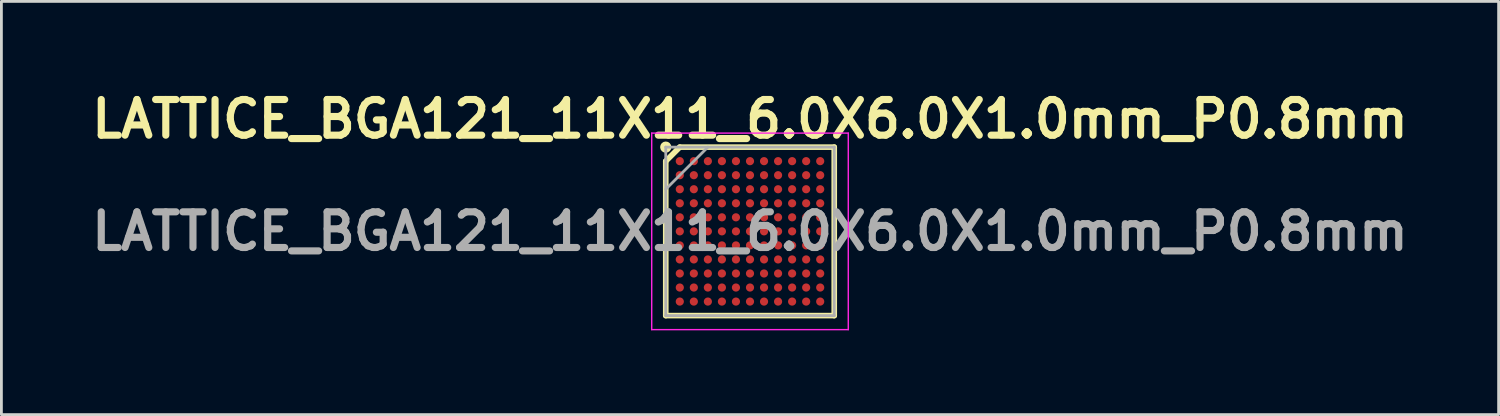
<source format=kicad_pcb>
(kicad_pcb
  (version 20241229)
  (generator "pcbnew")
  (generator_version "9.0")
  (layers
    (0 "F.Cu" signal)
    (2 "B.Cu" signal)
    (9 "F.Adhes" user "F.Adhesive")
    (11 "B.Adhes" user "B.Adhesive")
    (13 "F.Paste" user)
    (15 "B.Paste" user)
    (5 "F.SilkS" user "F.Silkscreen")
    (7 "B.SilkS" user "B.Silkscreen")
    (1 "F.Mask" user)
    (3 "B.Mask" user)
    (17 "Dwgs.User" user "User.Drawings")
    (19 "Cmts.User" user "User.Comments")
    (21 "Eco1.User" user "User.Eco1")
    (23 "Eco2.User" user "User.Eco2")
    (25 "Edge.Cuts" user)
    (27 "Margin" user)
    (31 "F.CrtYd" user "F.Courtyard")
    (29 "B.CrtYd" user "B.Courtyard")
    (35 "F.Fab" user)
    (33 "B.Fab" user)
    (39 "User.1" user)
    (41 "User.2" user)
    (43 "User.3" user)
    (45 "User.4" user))
  (footprint "LATTICE_BGA121_11X11_6.0X6.0X1.0mm_P0.8mm"
    (layer "F.Cu")
    (at 23.658 5.189)
    (property "Reference" "LATTICE_BGA121_11X11_6.0X6.0X1.0mm_P0.8mm" (at 0 -4 0) (layer "F.SilkS") (effects (font (size 1.27 1.27) (thickness 0.254))))
    (attr smd)
    (fp_line (start -3 -2.5) (end -2.5 -3) (stroke (width 0.2) (type solid)) (layer "F.SilkS"))
    (fp_line (start -3 3) (end -3 -2.5) (stroke (width 0.2) (type solid)) (layer "F.SilkS"))
    (fp_line (start -2.5 -3) (end 3 -3) (stroke (width 0.2) (type solid)) (layer "F.SilkS"))
    (fp_line (start 3 -3) (end 3 3) (stroke (width 0.2) (type solid)) (layer "F.SilkS"))
    (fp_line (start 3 3) (end -3 3) (stroke (width 0.2) (type solid)) (layer "F.SilkS"))
    (fp_circle (center -3 -3) (end -3 -2.9) (stroke (width 0.2) (type solid)) (fill no) (layer "F.SilkS"))
    (fp_line (start -3.5 -3.5) (end 3.5 -3.5) (stroke (width 0.05) (type solid)) (layer "F.CrtYd"))
    (fp_line (start -3.5 3.5) (end -3.5 -3.5) (stroke (width 0.05) (type solid)) (layer "F.CrtYd"))
    (fp_line (start 3.5 -3.5) (end 3.5 3.5) (stroke (width 0.05) (type solid)) (layer "F.CrtYd"))
    (fp_line (start 3.5 3.5) (end -3.5 3.5) (stroke (width 0.05) (type solid)) (layer "F.CrtYd"))
    (fp_line (start -3 -3) (end 3 -3) (stroke (width 0.1) (type solid)) (layer "F.Fab"))
    (fp_line (start -3 -1.5) (end -1.5 -3) (stroke (width 0.1) (type solid)) (layer "F.Fab"))
    (fp_line (start -3 3) (end -3 -3) (stroke (width 0.1) (type solid)) (layer "F.Fab"))
    (fp_line (start 3 -3) (end 3 3) (stroke (width 0.1) (type solid)) (layer "F.Fab"))
    (fp_line (start 3 3) (end -3 3) (stroke (width 0.1) (type solid)) (layer "F.Fab"))
    (fp_text user "${REFERENCE}" (at 0 0 0) (layer "F.Fab") (effects (font (size 1.27 1.27) (thickness 0.254))))
    (pad "A1" smd circle (at -2.5 -2.5 90) (size 0.29 0.29) (layers "F.Cu" "F.Mask" "F.Paste"))
    (pad "A2" smd circle (at -2 -2.5 90) (size 0.29 0.29) (layers "F.Cu" "F.Mask" "F.Paste"))
    (pad "A3" smd circle (at -1.5 -2.5 90) (size 0.29 0.29) (layers "F.Cu" "F.Mask" "F.Paste"))
    (pad "A4" smd circle (at -1 -2.5 90) (size 0.29 0.29) (layers "F.Cu" "F.Mask" "F.Paste"))
    (pad "A5" smd circle (at -0.5 -2.5 90) (size 0.29 0.29) (layers "F.Cu" "F.Mask" "F.Paste"))
    (pad "A6" smd circle (at 0 -2.5 90) (size 0.29 0.29) (layers "F.Cu" "F.Mask" "F.Paste"))
    (pad "A7" smd circle (at 0.5 -2.5 90) (size 0.29 0.29) (layers "F.Cu" "F.Mask" "F.Paste"))
    (pad "A8" smd circle (at 1 -2.5 90) (size 0.29 0.29) (layers "F.Cu" "F.Mask" "F.Paste"))
    (pad "A9" smd circle (at 1.5 -2.5 90) (size 0.29 0.29) (layers "F.Cu" "F.Mask" "F.Paste"))
    (pad "A10" smd circle (at 2 -2.5 90) (size 0.29 0.29) (layers "F.Cu" "F.Mask" "F.Paste"))
    (pad "A11" smd circle (at 2.5 -2.5 90) (size 0.29 0.29) (layers "F.Cu" "F.Mask" "F.Paste"))
    (pad "B1" smd circle (at -2.5 -2 90) (size 0.29 0.29) (layers "F.Cu" "F.Mask" "F.Paste"))
    (pad "B2" smd circle (at -2 -2 90) (size 0.29 0.29) (layers "F.Cu" "F.Mask" "F.Paste"))
    (pad "B3" smd circle (at -1.5 -2 90) (size 0.29 0.29) (layers "F.Cu" "F.Mask" "F.Paste"))
    (pad "B4" smd circle (at -1 -2 90) (size 0.29 0.29) (layers "F.Cu" "F.Mask" "F.Paste"))
    (pad "B5" smd circle (at -0.5 -2 90) (size 0.29 0.29) (layers "F.Cu" "F.Mask" "F.Paste"))
    (pad "B6" smd circle (at 0 -2 90) (size 0.29 0.29) (layers "F.Cu" "F.Mask" "F.Paste"))
    (pad "B7" smd circle (at 0.5 -2 90) (size 0.29 0.29) (layers "F.Cu" "F.Mask" "F.Paste"))
    (pad "B8" smd circle (at 1 -2 90) (size 0.29 0.29) (layers "F.Cu" "F.Mask" "F.Paste"))
    (pad "B9" smd circle (at 1.5 -2 90) (size 0.29 0.29) (layers "F.Cu" "F.Mask" "F.Paste"))
    (pad "B10" smd circle (at 2 -2 90) (size 0.29 0.29) (layers "F.Cu" "F.Mask" "F.Paste"))
    (pad "B11" smd circle (at 2.5 -2 90) (size 0.29 0.29) (layers "F.Cu" "F.Mask" "F.Paste"))
    (pad "C1" smd circle (at -2.5 -1.5 90) (size 0.29 0.29) (layers "F.Cu" "F.Mask" "F.Paste"))
    (pad "C2" smd circle (at -2 -1.5 90) (size 0.29 0.29) (layers "F.Cu" "F.Mask" "F.Paste"))
    (pad "C3" smd circle (at -1.5 -1.5 90) (size 0.29 0.29) (layers "F.Cu" "F.Mask" "F.Paste"))
    (pad "C4" smd circle (at -1 -1.5 90) (size 0.29 0.29) (layers "F.Cu" "F.Mask" "F.Paste"))
    (pad "C5" smd circle (at -0.5 -1.5 90) (size 0.29 0.29) (layers "F.Cu" "F.Mask" "F.Paste"))
    (pad "C6" smd circle (at 0 -1.5 90) (size 0.29 0.29) (layers "F.Cu" "F.Mask" "F.Paste"))
    (pad "C7" smd circle (at 0.5 -1.5 90) (size 0.29 0.29) (layers "F.Cu" "F.Mask" "F.Paste"))
    (pad "C8" smd circle (at 1 -1.5 90) (size 0.29 0.29) (layers "F.Cu" "F.Mask" "F.Paste"))
    (pad "C9" smd circle (at 1.5 -1.5 90) (size 0.29 0.29) (layers "F.Cu" "F.Mask" "F.Paste"))
    (pad "C10" smd circle (at 2 -1.5 90) (size 0.29 0.29) (layers "F.Cu" "F.Mask" "F.Paste"))
    (pad "C11" smd circle (at 2.5 -1.5 90) (size 0.29 0.29) (layers "F.Cu" "F.Mask" "F.Paste"))
    (pad "D1" smd circle (at -2.5 -1 90) (size 0.29 0.29) (layers "F.Cu" "F.Mask" "F.Paste"))
    (pad "D2" smd circle (at -2 -1 90) (size 0.29 0.29) (layers "F.Cu" "F.Mask" "F.Paste"))
    (pad "D3" smd circle (at -1.5 -1 90) (size 0.29 0.29) (layers "F.Cu" "F.Mask" "F.Paste"))
    (pad "D4" smd circle (at -1 -1 90) (size 0.29 0.29) (layers "F.Cu" "F.Mask" "F.Paste"))
    (pad "D5" smd circle (at -0.5 -1 90) (size 0.29 0.29) (layers "F.Cu" "F.Mask" "F.Paste"))
    (pad "D6" smd circle (at 0 -1 90) (size 0.29 0.29) (layers "F.Cu" "F.Mask" "F.Paste"))
    (pad "D7" smd circle (at 0.5 -1 90) (size 0.29 0.29) (layers "F.Cu" "F.Mask" "F.Paste"))
    (pad "D8" smd circle (at 1 -1 90) (size 0.29 0.29) (layers "F.Cu" "F.Mask" "F.Paste"))
    (pad "D9" smd circle (at 1.5 -1 90) (size 0.29 0.29) (layers "F.Cu" "F.Mask" "F.Paste"))
    (pad "D10" smd circle (at 2 -1 90) (size 0.29 0.29) (layers "F.Cu" "F.Mask" "F.Paste"))
    (pad "D11" smd circle (at 2.5 -1 90) (size 0.29 0.29) (layers "F.Cu" "F.Mask" "F.Paste"))
    (pad "E1" smd circle (at -2.5 -0.5 90) (size 0.29 0.29) (layers "F.Cu" "F.Mask" "F.Paste"))
    (pad "E2" smd circle (at -2 -0.5 90) (size 0.29 0.29) (layers "F.Cu" "F.Mask" "F.Paste"))
    (pad "E3" smd circle (at -1.5 -0.5 90) (size 0.29 0.29) (layers "F.Cu" "F.Mask" "F.Paste"))
    (pad "E4" smd circle (at -1 -0.5 90) (size 0.29 0.29) (layers "F.Cu" "F.Mask" "F.Paste"))
    (pad "E5" smd circle (at -0.5 -0.5 90) (size 0.29 0.29) (layers "F.Cu" "F.Mask" "F.Paste"))
    (pad "E6" smd circle (at 0 -0.5 90) (size 0.29 0.29) (layers "F.Cu" "F.Mask" "F.Paste"))
    (pad "E7" smd circle (at 0.5 -0.5 90) (size 0.29 0.29) (layers "F.Cu" "F.Mask" "F.Paste"))
    (pad "E8" smd circle (at 1 -0.5 90) (size 0.29 0.29) (layers "F.Cu" "F.Mask" "F.Paste"))
    (pad "E9" smd circle (at 1.5 -0.5 90) (size 0.29 0.29) (layers "F.Cu" "F.Mask" "F.Paste"))
    (pad "E10" smd circle (at 2 -0.5 90) (size 0.29 0.29) (layers "F.Cu" "F.Mask" "F.Paste"))
    (pad "E11" smd circle (at 2.5 -0.5 90) (size 0.29 0.29) (layers "F.Cu" "F.Mask" "F.Paste"))
    (pad "F1" smd circle (at -2.5 0 90) (size 0.29 0.29) (layers "F.Cu" "F.Mask" "F.Paste"))
    (pad "F2" smd circle (at -2 0 90) (size 0.29 0.29) (layers "F.Cu" "F.Mask" "F.Paste"))
    (pad "F3" smd circle (at -1.5 0 90) (size 0.29 0.29) (layers "F.Cu" "F.Mask" "F.Paste"))
    (pad "F4" smd circle (at -1 0 90) (size 0.29 0.29) (layers "F.Cu" "F.Mask" "F.Paste"))
    (pad "F5" smd circle (at -0.5 0 90) (size 0.29 0.29) (layers "F.Cu" "F.Mask" "F.Paste"))
    (pad "F6" smd circle (at 0 0 90) (size 0.29 0.29) (layers "F.Cu" "F.Mask" "F.Paste"))
    (pad "F7" smd circle (at 0.5 0 90) (size 0.29 0.29) (layers "F.Cu" "F.Mask" "F.Paste"))
    (pad "F8" smd circle (at 1 0 90) (size 0.29 0.29) (layers "F.Cu" "F.Mask" "F.Paste"))
    (pad "F9" smd circle (at 1.5 0 90) (size 0.29 0.29) (layers "F.Cu" "F.Mask" "F.Paste"))
    (pad "F10" smd circle (at 2 0 90) (size 0.29 0.29) (layers "F.Cu" "F.Mask" "F.Paste"))
    (pad "F11" smd circle (at 2.5 0 90) (size 0.29 0.29) (layers "F.Cu" "F.Mask" "F.Paste"))
    (pad "G1" smd circle (at -2.5 0.5 90) (size 0.29 0.29) (layers "F.Cu" "F.Mask" "F.Paste"))
    (pad "G2" smd circle (at -2 0.5 90) (size 0.29 0.29) (layers "F.Cu" "F.Mask" "F.Paste"))
    (pad "G3" smd circle (at -1.5 0.5 90) (size 0.29 0.29) (layers "F.Cu" "F.Mask" "F.Paste"))
    (pad "G4" smd circle (at -1 0.5 90) (size 0.29 0.29) (layers "F.Cu" "F.Mask" "F.Paste"))
    (pad "G5" smd circle (at -0.5 0.5 90) (size 0.29 0.29) (layers "F.Cu" "F.Mask" "F.Paste"))
    (pad "G6" smd circle (at 0 0.5 90) (size 0.29 0.29) (layers "F.Cu" "F.Mask" "F.Paste"))
    (pad "G7" smd circle (at 0.5 0.5 90) (size 0.29 0.29) (layers "F.Cu" "F.Mask" "F.Paste"))
    (pad "G8" smd circle (at 1 0.5 90) (size 0.29 0.29) (layers "F.Cu" "F.Mask" "F.Paste"))
    (pad "G9" smd circle (at 1.5 0.5 90) (size 0.29 0.29) (layers "F.Cu" "F.Mask" "F.Paste"))
    (pad "G10" smd circle (at 2 0.5 90) (size 0.29 0.29) (layers "F.Cu" "F.Mask" "F.Paste"))
    (pad "G11" smd circle (at 2.5 0.5 90) (size 0.29 0.29) (layers "F.Cu" "F.Mask" "F.Paste"))
    (pad "H1" smd circle (at -2.5 1 90) (size 0.29 0.29) (layers "F.Cu" "F.Mask" "F.Paste"))
    (pad "H2" smd circle (at -2 1 90) (size 0.29 0.29) (layers "F.Cu" "F.Mask" "F.Paste"))
    (pad "H3" smd circle (at -1.5 1 90) (size 0.29 0.29) (layers "F.Cu" "F.Mask" "F.Paste"))
    (pad "H4" smd circle (at -1 1 90) (size 0.29 0.29) (layers "F.Cu" "F.Mask" "F.Paste"))
    (pad "H5" smd circle (at -0.5 1 90) (size 0.29 0.29) (layers "F.Cu" "F.Mask" "F.Paste"))
    (pad "H6" smd circle (at 0 1 90) (size 0.29 0.29) (layers "F.Cu" "F.Mask" "F.Paste"))
    (pad "H7" smd circle (at 0.5 1 90) (size 0.29 0.29) (layers "F.Cu" "F.Mask" "F.Paste"))
    (pad "H8" smd circle (at 1 1 90) (size 0.29 0.29) (layers "F.Cu" "F.Mask" "F.Paste"))
    (pad "H9" smd circle (at 1.5 1 90) (size 0.29 0.29) (layers "F.Cu" "F.Mask" "F.Paste"))
    (pad "H10" smd circle (at 2 1 90) (size 0.29 0.29) (layers "F.Cu" "F.Mask" "F.Paste"))
    (pad "H11" smd circle (at 2.5 1 90) (size 0.29 0.29) (layers "F.Cu" "F.Mask" "F.Paste"))
    (pad "J1" smd circle (at -2.5 1.5 90) (size 0.29 0.29) (layers "F.Cu" "F.Mask" "F.Paste"))
    (pad "J2" smd circle (at -2 1.5 90) (size 0.29 0.29) (layers "F.Cu" "F.Mask" "F.Paste"))
    (pad "J3" smd circle (at -1.5 1.5 90) (size 0.29 0.29) (layers "F.Cu" "F.Mask" "F.Paste"))
    (pad "J4" smd circle (at -1 1.5 90) (size 0.29 0.29) (layers "F.Cu" "F.Mask" "F.Paste"))
    (pad "J5" smd circle (at -0.5 1.5 90) (size 0.29 0.29) (layers "F.Cu" "F.Mask" "F.Paste"))
    (pad "J6" smd circle (at 0 1.5 90) (size 0.29 0.29) (layers "F.Cu" "F.Mask" "F.Paste"))
    (pad "J7" smd circle (at 0.5 1.5 90) (size 0.29 0.29) (layers "F.Cu" "F.Mask" "F.Paste"))
    (pad "J8" smd circle (at 1 1.5 90) (size 0.29 0.29) (layers "F.Cu" "F.Mask" "F.Paste"))
    (pad "J9" smd circle (at 1.5 1.5 90) (size 0.29 0.29) (layers "F.Cu" "F.Mask" "F.Paste"))
    (pad "J10" smd circle (at 2 1.5 90) (size 0.29 0.29) (layers "F.Cu" "F.Mask" "F.Paste"))
    (pad "J11" smd circle (at 2.5 1.5 90) (size 0.29 0.29) (layers "F.Cu" "F.Mask" "F.Paste"))
    (pad "K1" smd circle (at -2.5 2 90) (size 0.29 0.29) (layers "F.Cu" "F.Mask" "F.Paste"))
    (pad "K2" smd circle (at -2 2 90) (size 0.29 0.29) (layers "F.Cu" "F.Mask" "F.Paste"))
    (pad "K3" smd circle (at -1.5 2 90) (size 0.29 0.29) (layers "F.Cu" "F.Mask" "F.Paste"))
    (pad "K4" smd circle (at -1 2 90) (size 0.29 0.29) (layers "F.Cu" "F.Mask" "F.Paste"))
    (pad "K5" smd circle (at -0.5 2 90) (size 0.29 0.29) (layers "F.Cu" "F.Mask" "F.Paste"))
    (pad "K6" smd circle (at 0 2 90) (size 0.29 0.29) (layers "F.Cu" "F.Mask" "F.Paste"))
    (pad "K7" smd circle (at 0.5 2 90) (size 0.29 0.29) (layers "F.Cu" "F.Mask" "F.Paste"))
    (pad "K8" smd circle (at 1 2 90) (size 0.29 0.29) (layers "F.Cu" "F.Mask" "F.Paste"))
    (pad "K9" smd circle (at 1.5 2 90) (size 0.29 0.29) (layers "F.Cu" "F.Mask" "F.Paste"))
    (pad "K10" smd circle (at 2 2 90) (size 0.29 0.29) (layers "F.Cu" "F.Mask" "F.Paste"))
    (pad "K11" smd circle (at 2.5 2 90) (size 0.29 0.29) (layers "F.Cu" "F.Mask" "F.Paste"))
    (pad "L1" smd circle (at -2.5 2.5 90) (size 0.29 0.29) (layers "F.Cu" "F.Mask" "F.Paste"))
    (pad "L2" smd circle (at -2 2.5 90) (size 0.29 0.29) (layers "F.Cu" "F.Mask" "F.Paste"))
    (pad "L3" smd circle (at -1.5 2.5 90) (size 0.29 0.29) (layers "F.Cu" "F.Mask" "F.Paste"))
    (pad "L4" smd circle (at -1 2.5 90) (size 0.29 0.29) (layers "F.Cu" "F.Mask" "F.Paste"))
    (pad "L5" smd circle (at -0.5 2.5 90) (size 0.29 0.29) (layers "F.Cu" "F.Mask" "F.Paste"))
    (pad "L6" smd circle (at 0 2.5 90) (size 0.29 0.29) (layers "F.Cu" "F.Mask" "F.Paste"))
    (pad "L7" smd circle (at 0.5 2.5 90) (size 0.29 0.29) (layers "F.Cu" "F.Mask" "F.Paste"))
    (pad "L8" smd circle (at 1 2.5 90) (size 0.29 0.29) (layers "F.Cu" "F.Mask" "F.Paste"))
    (pad "L9" smd circle (at 1.5 2.5 90) (size 0.29 0.29) (layers "F.Cu" "F.Mask" "F.Paste"))
    (pad "L10" smd circle (at 2 2.5 90) (size 0.29 0.29) (layers "F.Cu" "F.Mask" "F.Paste"))
    (pad "L11" smd circle (at 2.5 2.5 90) (size 0.29 0.29) (layers "F.Cu" "F.Mask" "F.Paste")))
  (gr_rect
    (start -3 -3)
    (end 50.317 11.714)
    (stroke (width 0.1) (type default))
    (fill no)
    (layer "Edge.Cuts")))
</source>
